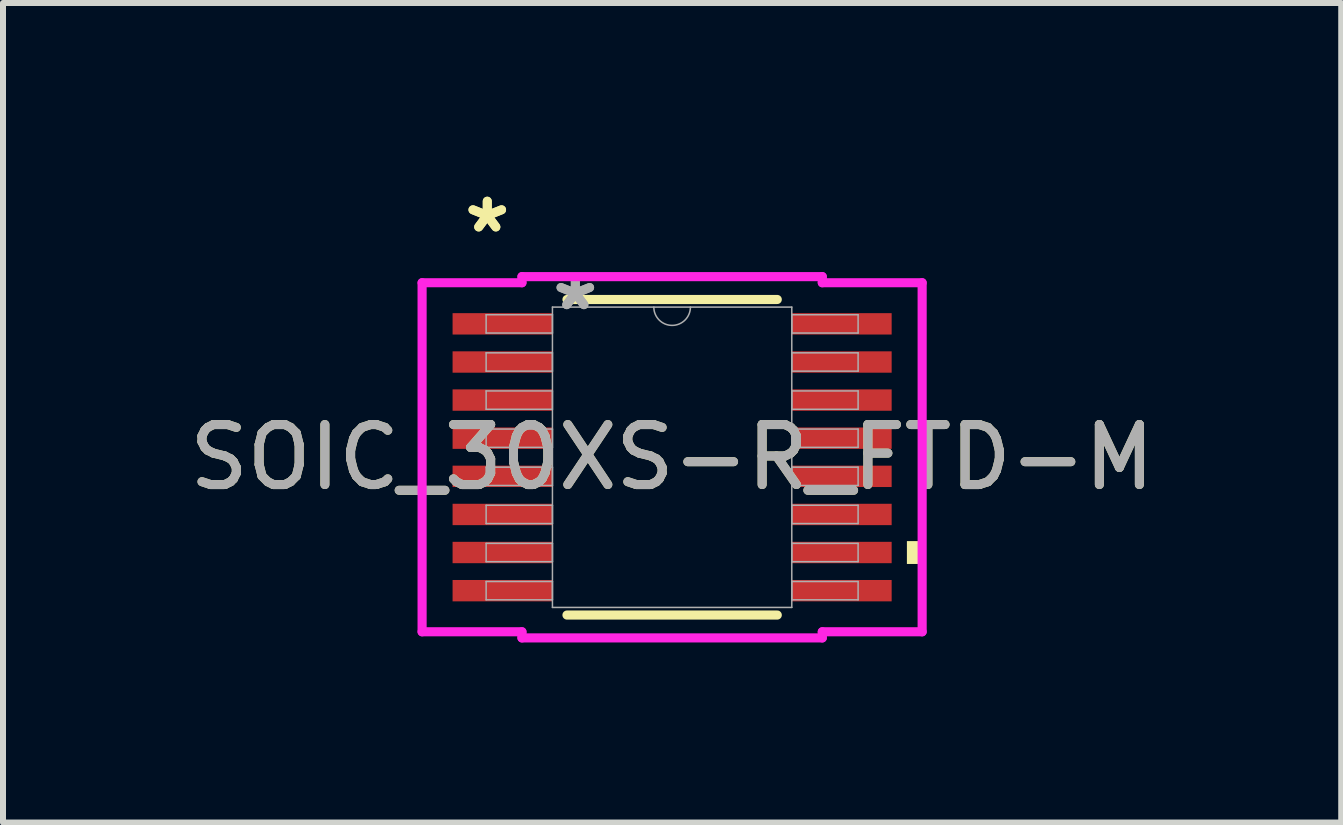
<source format=kicad_pcb>
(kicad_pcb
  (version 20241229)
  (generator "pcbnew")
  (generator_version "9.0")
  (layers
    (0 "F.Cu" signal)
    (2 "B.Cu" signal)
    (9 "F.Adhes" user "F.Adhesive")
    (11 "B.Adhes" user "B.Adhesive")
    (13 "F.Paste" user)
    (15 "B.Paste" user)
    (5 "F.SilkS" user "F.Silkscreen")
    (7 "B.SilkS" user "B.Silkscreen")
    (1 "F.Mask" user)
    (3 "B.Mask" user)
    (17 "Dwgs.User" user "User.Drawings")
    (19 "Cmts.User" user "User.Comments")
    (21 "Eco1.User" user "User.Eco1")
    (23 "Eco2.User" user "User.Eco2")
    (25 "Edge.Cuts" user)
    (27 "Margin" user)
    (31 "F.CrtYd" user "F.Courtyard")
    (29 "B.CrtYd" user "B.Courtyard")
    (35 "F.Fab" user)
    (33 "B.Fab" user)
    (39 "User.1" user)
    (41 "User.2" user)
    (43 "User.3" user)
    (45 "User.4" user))
  (footprint "SOIC_30XS-R_FTD-M"
    (layer "F.Cu")
    (at 8.149 4.569)
    (property "Reference" "SOIC_30XS-R_FTD-M" (at 0 0 0) (unlocked yes) (layer "F.SilkS") (effects (font (size 1 1) (thickness 0.15))))
    (attr smd)
    (fp_line (start -1.752 2.629) (end 1.752 2.629) (stroke (width 0.152) (type solid)) (layer "F.SilkS"))
    (fp_line (start 1.752 -2.629) (end -1.752 -2.629) (stroke (width 0.152) (type solid)) (layer "F.SilkS"))
    (fp_poly (pts (xy 4.166 1.397) (xy 4.166 1.778) (xy 3.912 1.778) (xy 3.912 1.397)) (stroke (width 0) (type solid)) (fill yes) (layer "F.SilkS"))
    (fp_line (start -4.166 -2.908) (end -2.502 -2.908) (stroke (width 0.152) (type solid)) (layer "F.CrtYd"))
    (fp_line (start -4.166 2.908) (end -4.166 -2.908) (stroke (width 0.152) (type solid)) (layer "F.CrtYd"))
    (fp_line (start -4.166 2.908) (end -2.502 2.908) (stroke (width 0.152) (type solid)) (layer "F.CrtYd"))
    (fp_line (start -2.502 -3.01) (end 2.502 -3.01) (stroke (width 0.152) (type solid)) (layer "F.CrtYd"))
    (fp_line (start -2.502 -2.908) (end -2.502 -3.01) (stroke (width 0.152) (type solid)) (layer "F.CrtYd"))
    (fp_line (start -2.502 3.01) (end -2.502 2.908) (stroke (width 0.152) (type solid)) (layer "F.CrtYd"))
    (fp_line (start 2.502 -3.01) (end 2.502 -2.908) (stroke (width 0.152) (type solid)) (layer "F.CrtYd"))
    (fp_line (start 2.502 2.908) (end 2.502 3.01) (stroke (width 0.152) (type solid)) (layer "F.CrtYd"))
    (fp_line (start 2.502 3.01) (end -2.502 3.01) (stroke (width 0.152) (type solid)) (layer "F.CrtYd"))
    (fp_line (start 4.166 -2.908) (end 2.502 -2.908) (stroke (width 0.152) (type solid)) (layer "F.CrtYd"))
    (fp_line (start 4.166 -2.908) (end 4.166 2.908) (stroke (width 0.152) (type solid)) (layer "F.CrtYd"))
    (fp_line (start 4.166 2.908) (end 2.502 2.908) (stroke (width 0.152) (type solid)) (layer "F.CrtYd"))
    (fp_line (start -3.099 -2.375) (end -3.099 -2.07) (stroke (width 0.025) (type solid)) (layer "F.Fab"))
    (fp_line (start -3.099 -2.07) (end -1.994 -2.07) (stroke (width 0.025) (type solid)) (layer "F.Fab"))
    (fp_line (start -3.099 -1.74) (end -3.099 -1.435) (stroke (width 0.025) (type solid)) (layer "F.Fab"))
    (fp_line (start -3.099 -1.435) (end -1.994 -1.435) (stroke (width 0.025) (type solid)) (layer "F.Fab"))
    (fp_line (start -3.099 -1.105) (end -3.099 -0.8) (stroke (width 0.025) (type solid)) (layer "F.Fab"))
    (fp_line (start -3.099 -0.8) (end -1.994 -0.8) (stroke (width 0.025) (type solid)) (layer "F.Fab"))
    (fp_line (start -3.099 -0.47) (end -3.099 -0.165) (stroke (width 0.025) (type solid)) (layer "F.Fab"))
    (fp_line (start -3.099 -0.165) (end -1.994 -0.165) (stroke (width 0.025) (type solid)) (layer "F.Fab"))
    (fp_line (start -3.099 0.165) (end -3.099 0.47) (stroke (width 0.025) (type solid)) (layer "F.Fab"))
    (fp_line (start -3.099 0.47) (end -1.994 0.47) (stroke (width 0.025) (type solid)) (layer "F.Fab"))
    (fp_line (start -3.099 0.8) (end -3.099 1.105) (stroke (width 0.025) (type solid)) (layer "F.Fab"))
    (fp_line (start -3.099 1.105) (end -1.994 1.105) (stroke (width 0.025) (type solid)) (layer "F.Fab"))
    (fp_line (start -3.099 1.435) (end -3.099 1.74) (stroke (width 0.025) (type solid)) (layer "F.Fab"))
    (fp_line (start -3.099 1.74) (end -1.994 1.74) (stroke (width 0.025) (type solid)) (layer "F.Fab"))
    (fp_line (start -3.099 2.07) (end -3.099 2.375) (stroke (width 0.025) (type solid)) (layer "F.Fab"))
    (fp_line (start -3.099 2.375) (end -1.994 2.375) (stroke (width 0.025) (type solid)) (layer "F.Fab"))
    (fp_line (start -1.994 -2.502) (end -1.994 2.502) (stroke (width 0.025) (type solid)) (layer "F.Fab"))
    (fp_line (start -1.994 -2.375) (end -3.099 -2.375) (stroke (width 0.025) (type solid)) (layer "F.Fab"))
    (fp_line (start -1.994 -2.07) (end -1.994 -2.375) (stroke (width 0.025) (type solid)) (layer "F.Fab"))
    (fp_line (start -1.994 -1.74) (end -3.099 -1.74) (stroke (width 0.025) (type solid)) (layer "F.Fab"))
    (fp_line (start -1.994 -1.435) (end -1.994 -1.74) (stroke (width 0.025) (type solid)) (layer "F.Fab"))
    (fp_line (start -1.994 -1.105) (end -3.099 -1.105) (stroke (width 0.025) (type solid)) (layer "F.Fab"))
    (fp_line (start -1.994 -0.8) (end -1.994 -1.105) (stroke (width 0.025) (type solid)) (layer "F.Fab"))
    (fp_line (start -1.994 -0.47) (end -3.099 -0.47) (stroke (width 0.025) (type solid)) (layer "F.Fab"))
    (fp_line (start -1.994 -0.165) (end -1.994 -0.47) (stroke (width 0.025) (type solid)) (layer "F.Fab"))
    (fp_line (start -1.994 0.165) (end -3.099 0.165) (stroke (width 0.025) (type solid)) (layer "F.Fab"))
    (fp_line (start -1.994 0.47) (end -1.994 0.165) (stroke (width 0.025) (type solid)) (layer "F.Fab"))
    (fp_line (start -1.994 0.8) (end -3.099 0.8) (stroke (width 0.025) (type solid)) (layer "F.Fab"))
    (fp_line (start -1.994 1.105) (end -1.994 0.8) (stroke (width 0.025) (type solid)) (layer "F.Fab"))
    (fp_line (start -1.994 1.435) (end -3.099 1.435) (stroke (width 0.025) (type solid)) (layer "F.Fab"))
    (fp_line (start -1.994 1.74) (end -1.994 1.435) (stroke (width 0.025) (type solid)) (layer "F.Fab"))
    (fp_line (start -1.994 2.07) (end -3.099 2.07) (stroke (width 0.025) (type solid)) (layer "F.Fab"))
    (fp_line (start -1.994 2.375) (end -1.994 2.07) (stroke (width 0.025) (type solid)) (layer "F.Fab"))
    (fp_line (start -1.994 2.502) (end 1.994 2.502) (stroke (width 0.025) (type solid)) (layer "F.Fab"))
    (fp_line (start 1.994 -2.502) (end -1.994 -2.502) (stroke (width 0.025) (type solid)) (layer "F.Fab"))
    (fp_line (start 1.994 -2.375) (end 1.994 -2.07) (stroke (width 0.025) (type solid)) (layer "F.Fab"))
    (fp_line (start 1.994 -2.07) (end 3.099 -2.07) (stroke (width 0.025) (type solid)) (layer "F.Fab"))
    (fp_line (start 1.994 -1.74) (end 1.994 -1.435) (stroke (width 0.025) (type solid)) (layer "F.Fab"))
    (fp_line (start 1.994 -1.435) (end 3.099 -1.435) (stroke (width 0.025) (type solid)) (layer "F.Fab"))
    (fp_line (start 1.994 -1.105) (end 1.994 -0.8) (stroke (width 0.025) (type solid)) (layer "F.Fab"))
    (fp_line (start 1.994 -0.8) (end 3.099 -0.8) (stroke (width 0.025) (type solid)) (layer "F.Fab"))
    (fp_line (start 1.994 -0.47) (end 1.994 -0.165) (stroke (width 0.025) (type solid)) (layer "F.Fab"))
    (fp_line (start 1.994 -0.165) (end 3.099 -0.165) (stroke (width 0.025) (type solid)) (layer "F.Fab"))
    (fp_line (start 1.994 0.165) (end 1.994 0.47) (stroke (width 0.025) (type solid)) (layer "F.Fab"))
    (fp_line (start 1.994 0.47) (end 3.099 0.47) (stroke (width 0.025) (type solid)) (layer "F.Fab"))
    (fp_line (start 1.994 0.8) (end 1.994 1.105) (stroke (width 0.025) (type solid)) (layer "F.Fab"))
    (fp_line (start 1.994 1.105) (end 3.099 1.105) (stroke (width 0.025) (type solid)) (layer "F.Fab"))
    (fp_line (start 1.994 1.435) (end 1.994 1.74) (stroke (width 0.025) (type solid)) (layer "F.Fab"))
    (fp_line (start 1.994 1.74) (end 3.099 1.74) (stroke (width 0.025) (type solid)) (layer "F.Fab"))
    (fp_line (start 1.994 2.07) (end 1.994 2.375) (stroke (width 0.025) (type solid)) (layer "F.Fab"))
    (fp_line (start 1.994 2.375) (end 3.099 2.375) (stroke (width 0.025) (type solid)) (layer "F.Fab"))
    (fp_line (start 1.994 2.502) (end 1.994 -2.502) (stroke (width 0.025) (type solid)) (layer "F.Fab"))
    (fp_line (start 3.099 -2.375) (end 1.994 -2.375) (stroke (width 0.025) (type solid)) (layer "F.Fab"))
    (fp_line (start 3.099 -2.07) (end 3.099 -2.375) (stroke (width 0.025) (type solid)) (layer "F.Fab"))
    (fp_line (start 3.099 -1.74) (end 1.994 -1.74) (stroke (width 0.025) (type solid)) (layer "F.Fab"))
    (fp_line (start 3.099 -1.435) (end 3.099 -1.74) (stroke (width 0.025) (type solid)) (layer "F.Fab"))
    (fp_line (start 3.099 -1.105) (end 1.994 -1.105) (stroke (width 0.025) (type solid)) (layer "F.Fab"))
    (fp_line (start 3.099 -0.8) (end 3.099 -1.105) (stroke (width 0.025) (type solid)) (layer "F.Fab"))
    (fp_line (start 3.099 -0.47) (end 1.994 -0.47) (stroke (width 0.025) (type solid)) (layer "F.Fab"))
    (fp_line (start 3.099 -0.165) (end 3.099 -0.47) (stroke (width 0.025) (type solid)) (layer "F.Fab"))
    (fp_line (start 3.099 0.165) (end 1.994 0.165) (stroke (width 0.025) (type solid)) (layer "F.Fab"))
    (fp_line (start 3.099 0.47) (end 3.099 0.165) (stroke (width 0.025) (type solid)) (layer "F.Fab"))
    (fp_line (start 3.099 0.8) (end 1.994 0.8) (stroke (width 0.025) (type solid)) (layer "F.Fab"))
    (fp_line (start 3.099 1.105) (end 3.099 0.8) (stroke (width 0.025) (type solid)) (layer "F.Fab"))
    (fp_line (start 3.099 1.435) (end 1.994 1.435) (stroke (width 0.025) (type solid)) (layer "F.Fab"))
    (fp_line (start 3.099 1.74) (end 3.099 1.435) (stroke (width 0.025) (type solid)) (layer "F.Fab"))
    (fp_line (start 3.099 2.07) (end 1.994 2.07) (stroke (width 0.025) (type solid)) (layer "F.Fab"))
    (fp_line (start 3.099 2.375) (end 3.099 2.07) (stroke (width 0.025) (type solid)) (layer "F.Fab"))
    (fp_arc (start 0.3048 -2.5019) (mid 0 -2.1971) (end -0.3048 -2.5019) (stroke (width 0.0254) (type solid)) (layer "F.Fab"))
    (fp_text user "*" (at -3.08 -3.721 0) (layer "F.SilkS") (effects (font (size 1 1) (thickness 0.15))))
    (fp_text user "*" (at -3.08 -3.721 0) (unlocked yes) (layer "F.SilkS") (effects (font (size 1 1) (thickness 0.15))))
    (fp_text user "*" (at -1.613 -2.426 0) (unlocked yes) (layer "F.Fab") (effects (font (size 1 1) (thickness 0.15))))
    (fp_text user "*" (at -1.613 -2.426 0) (layer "F.Fab") (effects (font (size 1 1) (thickness 0.15))))
    (fp_text user "${REFERENCE}" (at 0 0 0) (unlocked yes) (layer "F.Fab") (effects (font (size 1 1) (thickness 0.15))))
    (pad "1" smd rect (at -2.826 -2.223) (size 1.664 0.356) (layers "F.Cu" "F.Mask" "F.Paste"))
    (pad "2" smd rect (at -2.826 -1.587) (size 1.664 0.356) (layers "F.Cu" "F.Mask" "F.Paste"))
    (pad "3" smd rect (at -2.826 -0.953) (size 1.664 0.356) (layers "F.Cu" "F.Mask" "F.Paste"))
    (pad "4" smd rect (at -2.826 -0.318) (size 1.664 0.356) (layers "F.Cu" "F.Mask" "F.Paste"))
    (pad "5" smd rect (at -2.826 0.318) (size 1.664 0.356) (layers "F.Cu" "F.Mask" "F.Paste"))
    (pad "6" smd rect (at -2.826 0.953) (size 1.664 0.356) (layers "F.Cu" "F.Mask" "F.Paste"))
    (pad "7" smd rect (at -2.826 1.587) (size 1.664 0.356) (layers "F.Cu" "F.Mask" "F.Paste"))
    (pad "8" smd rect (at -2.826 2.223) (size 1.664 0.356) (layers "F.Cu" "F.Mask" "F.Paste"))
    (pad "9" smd rect (at 2.826 2.223) (size 1.664 0.356) (layers "F.Cu" "F.Mask" "F.Paste"))
    (pad "10" smd rect (at 2.826 1.587) (size 1.664 0.356) (layers "F.Cu" "F.Mask" "F.Paste"))
    (pad "11" smd rect (at 2.826 0.953) (size 1.664 0.356) (layers "F.Cu" "F.Mask" "F.Paste"))
    (pad "12" smd rect (at 2.826 0.318) (size 1.664 0.356) (layers "F.Cu" "F.Mask" "F.Paste"))
    (pad "13" smd rect (at 2.826 -0.318) (size 1.664 0.356) (layers "F.Cu" "F.Mask" "F.Paste"))
    (pad "14" smd rect (at 2.826 -0.953) (size 1.664 0.356) (layers "F.Cu" "F.Mask" "F.Paste"))
    (pad "15" smd rect (at 2.826 -1.587) (size 1.664 0.356) (layers "F.Cu" "F.Mask" "F.Paste"))
    (pad "16" smd rect (at 2.826 -2.223) (size 1.664 0.356) (layers "F.Cu" "F.Mask" "F.Paste")))
  (gr_rect
    (start -3 -3)
    (end 19.298 10.655)
    (stroke (width 0.1) (type default))
    (fill no)
    (layer "Edge.Cuts")))
</source>
